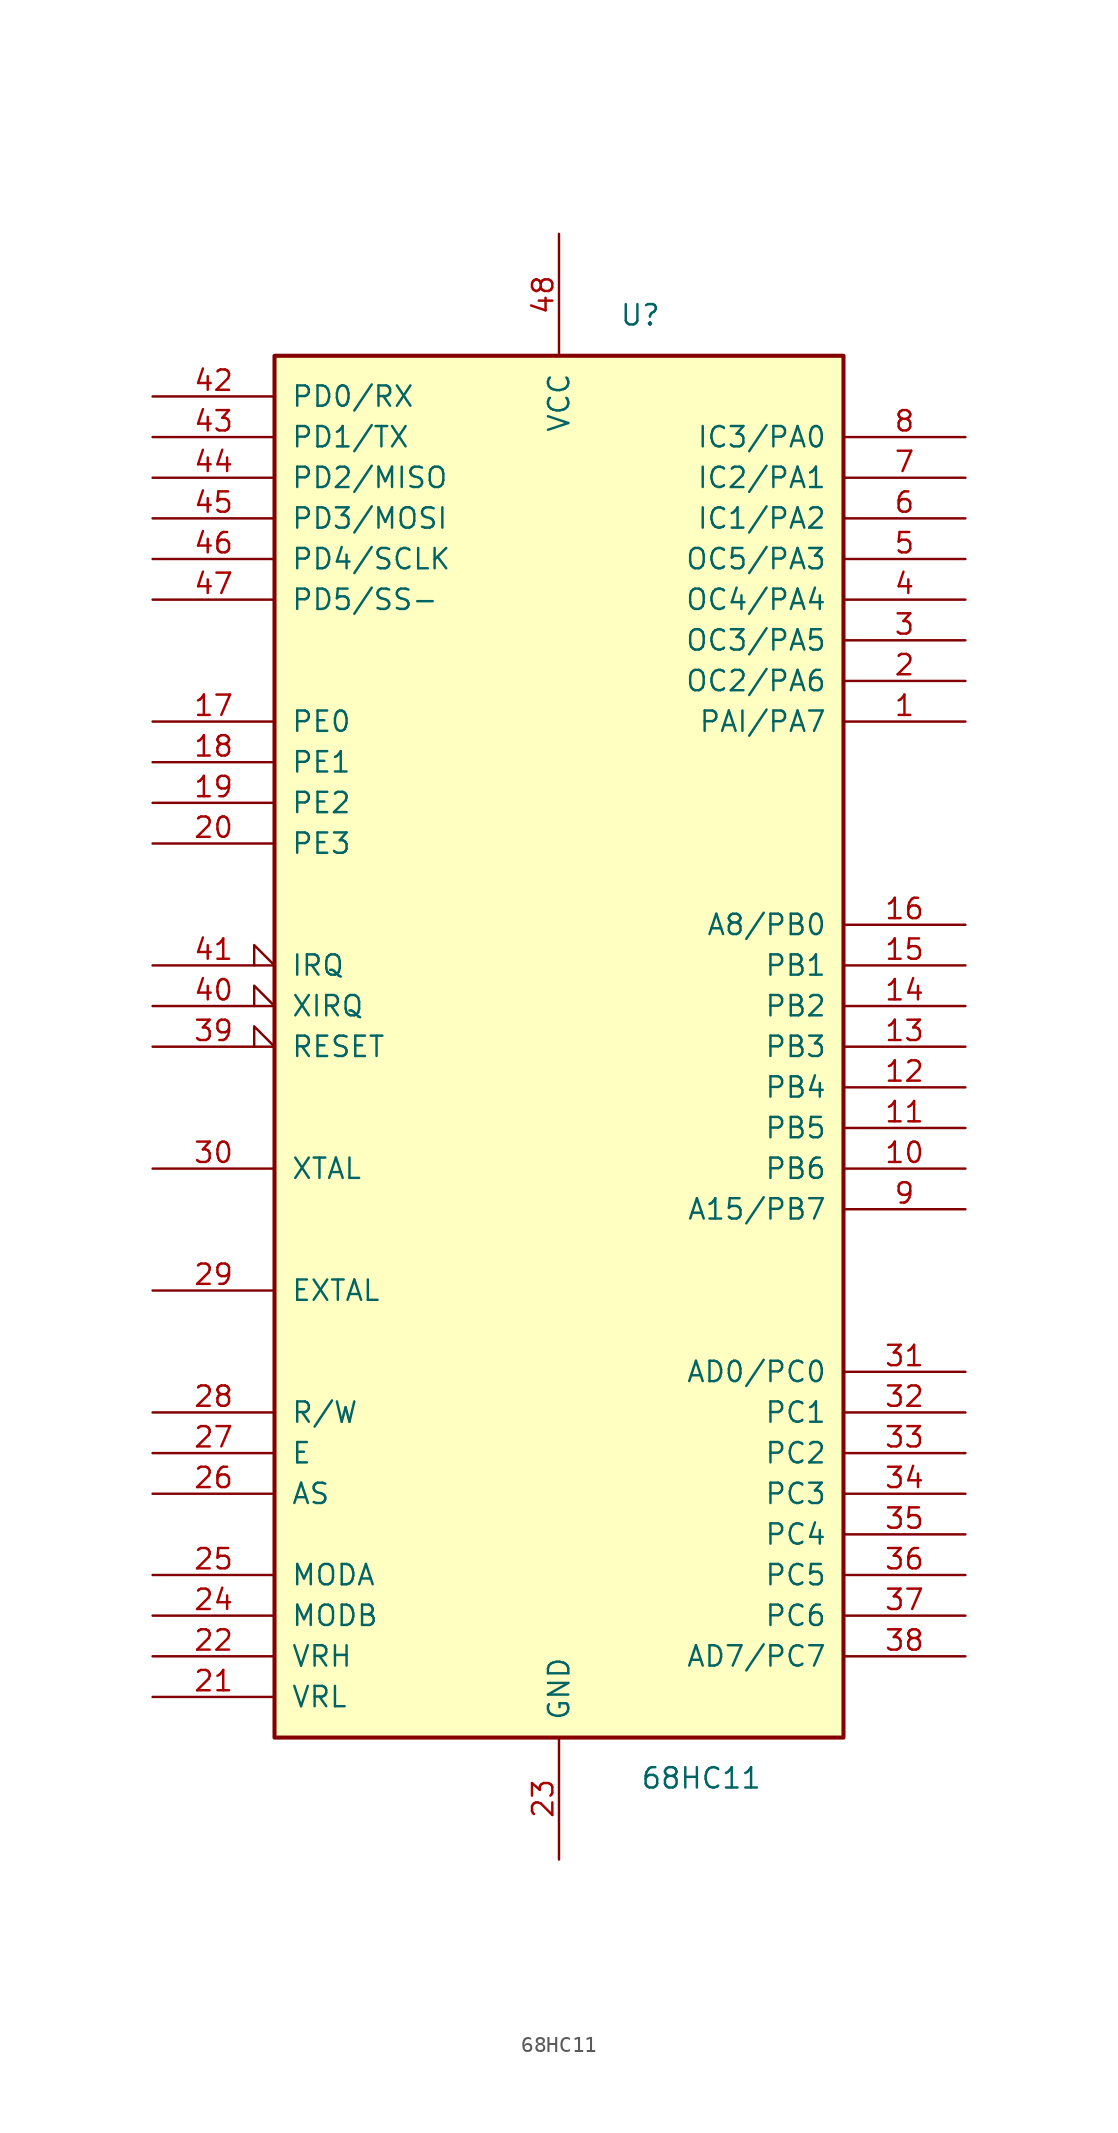
<source format=kicad_sym>
(kicad_symbol_lib
  (version 20211014)
  (generator kicad_symbol_editor)
  (symbol "68HC11"
    (pin_names
      (offset 1.016))
    (property "Reference" "U"
      (at 5.08 45.72 0)
      (effects (font (size 1.27 1.27))))
    (property "Value" "68HC11"
      (at 8.89 -45.72 0)
      (effects (font (size 1.27 1.27))))
    (symbol "68HC11_0_1"
      (rectangle (start -17.78 -43.18) (end 17.78 43.18) (stroke (width 0.254) (type default) (color 0 0 0 0)) (fill (type background))))
    (symbol "68HC11_1_1"
      (pin input line (at 25.4 20.32 180) (length 7.62) (name "PAI/PA7" (effects (font (size 1.27 1.27)))) (number "1" (effects (font (size 1.27 1.27)))))
      (pin output line (at 25.4 -7.62 180) (length 7.62) (name "PB6" (effects (font (size 1.27 1.27)))) (number "10" (effects (font (size 1.27 1.27)))))
      (pin output line (at 25.4 -5.08 180) (length 7.62) (name "PB5" (effects (font (size 1.27 1.27)))) (number "11" (effects (font (size 1.27 1.27)))))
      (pin output line (at 25.4 -2.54 180) (length 7.62) (name "PB4" (effects (font (size 1.27 1.27)))) (number "12" (effects (font (size 1.27 1.27)))))
      (pin output line (at 25.4 0 180) (length 7.62) (name "PB3" (effects (font (size 1.27 1.27)))) (number "13" (effects (font (size 1.27 1.27)))))
      (pin output line (at 25.4 2.54 180) (length 7.62) (name "PB2" (effects (font (size 1.27 1.27)))) (number "14" (effects (font (size 1.27 1.27)))))
      (pin output line (at 25.4 5.08 180) (length 7.62) (name "PB1" (effects (font (size 1.27 1.27)))) (number "15" (effects (font (size 1.27 1.27)))))
      (pin output line (at 25.4 7.62 180) (length 7.62) (name "A8/PB0" (effects (font (size 1.27 1.27)))) (number "16" (effects (font (size 1.27 1.27)))))
      (pin input line (at -25.4 20.32 0) (length 7.62) (name "PE0" (effects (font (size 1.27 1.27)))) (number "17" (effects (font (size 1.27 1.27)))))
      (pin input line (at -25.4 17.78 0) (length 7.62) (name "PE1" (effects (font (size 1.27 1.27)))) (number "18" (effects (font (size 1.27 1.27)))))
      (pin input line (at -25.4 15.24 0) (length 7.62) (name "PE2" (effects (font (size 1.27 1.27)))) (number "19" (effects (font (size 1.27 1.27)))))
      (pin output line (at 25.4 22.86 180) (length 7.62) (name "OC2/PA6" (effects (font (size 1.27 1.27)))) (number "2" (effects (font (size 1.27 1.27)))))
      (pin input line (at -25.4 12.7 0) (length 7.62) (name "PE3" (effects (font (size 1.27 1.27)))) (number "20" (effects (font (size 1.27 1.27)))))
      (pin passive line (at -25.4 -40.64 0) (length 7.62) (name "VRL" (effects (font (size 1.27 1.27)))) (number "21" (effects (font (size 1.27 1.27)))))
      (pin passive line (at -25.4 -38.1 0) (length 7.62) (name "VRH" (effects (font (size 1.27 1.27)))) (number "22" (effects (font (size 1.27 1.27)))))
      (pin power_in line (at 0 -50.8 90) (length 7.62) (name "GND" (effects (font (size 1.27 1.27)))) (number "23" (effects (font (size 1.27 1.27)))))
      (pin input line (at -25.4 -35.56 0) (length 7.62) (name "MODB" (effects (font (size 1.27 1.27)))) (number "24" (effects (font (size 1.27 1.27)))))
      (pin input line (at -25.4 -33.02 0) (length 7.62) (name "MODA" (effects (font (size 1.27 1.27)))) (number "25" (effects (font (size 1.27 1.27)))))
      (pin output line (at -25.4 -27.94 0) (length 7.62) (name "AS" (effects (font (size 1.27 1.27)))) (number "26" (effects (font (size 1.27 1.27)))))
      (pin output line (at -25.4 -25.4 0) (length 7.62) (name "E" (effects (font (size 1.27 1.27)))) (number "27" (effects (font (size 1.27 1.27)))))
      (pin output line (at -25.4 -22.86 0) (length 7.62) (name "R/W" (effects (font (size 1.27 1.27)))) (number "28" (effects (font (size 1.27 1.27)))))
      (pin input line (at -25.4 -15.24 0) (length 7.62) (name "EXTAL" (effects (font (size 1.27 1.27)))) (number "29" (effects (font (size 1.27 1.27)))))
      (pin output line (at 25.4 25.4 180) (length 7.62) (name "OC3/PA5" (effects (font (size 1.27 1.27)))) (number "3" (effects (font (size 1.27 1.27)))))
      (pin output line (at -25.4 -7.62 0) (length 7.62) (name "XTAL" (effects (font (size 1.27 1.27)))) (number "30" (effects (font (size 1.27 1.27)))))
      (pin tri_state line (at 25.4 -20.32 180) (length 7.62) (name "AD0/PC0" (effects (font (size 1.27 1.27)))) (number "31" (effects (font (size 1.27 1.27)))))
      (pin tri_state line (at 25.4 -22.86 180) (length 7.62) (name "PC1" (effects (font (size 1.27 1.27)))) (number "32" (effects (font (size 1.27 1.27)))))
      (pin tri_state line (at 25.4 -25.4 180) (length 7.62) (name "PC2" (effects (font (size 1.27 1.27)))) (number "33" (effects (font (size 1.27 1.27)))))
      (pin tri_state line (at 25.4 -27.94 180) (length 7.62) (name "PC3" (effects (font (size 1.27 1.27)))) (number "34" (effects (font (size 1.27 1.27)))))
      (pin tri_state line (at 25.4 -30.48 180) (length 7.62) (name "PC4" (effects (font (size 1.27 1.27)))) (number "35" (effects (font (size 1.27 1.27)))))
      (pin tri_state line (at 25.4 -33.02 180) (length 7.62) (name "PC5" (effects (font (size 1.27 1.27)))) (number "36" (effects (font (size 1.27 1.27)))))
      (pin tri_state line (at 25.4 -35.56 180) (length 7.62) (name "PC6" (effects (font (size 1.27 1.27)))) (number "37" (effects (font (size 1.27 1.27)))))
      (pin tri_state line (at 25.4 -38.1 180) (length 7.62) (name "AD7/PC7" (effects (font (size 1.27 1.27)))) (number "38" (effects (font (size 1.27 1.27)))))
      (pin input input_low (at -25.4 0 0) (length 7.62) (name "RESET" (effects (font (size 1.27 1.27)))) (number "39" (effects (font (size 1.27 1.27)))))
      (pin output line (at 25.4 27.94 180) (length 7.62) (name "OC4/PA4" (effects (font (size 1.27 1.27)))) (number "4" (effects (font (size 1.27 1.27)))))
      (pin input input_low (at -25.4 2.54 0) (length 7.62) (name "XIRQ" (effects (font (size 1.27 1.27)))) (number "40" (effects (font (size 1.27 1.27)))))
      (pin input input_low (at -25.4 5.08 0) (length 7.62) (name "IRQ" (effects (font (size 1.27 1.27)))) (number "41" (effects (font (size 1.27 1.27)))))
      (pin input line (at -25.4 40.64 0) (length 7.62) (name "PD0/RX" (effects (font (size 1.27 1.27)))) (number "42" (effects (font (size 1.27 1.27)))))
      (pin input line (at -25.4 38.1 0) (length 7.62) (name "PD1/TX" (effects (font (size 1.27 1.27)))) (number "43" (effects (font (size 1.27 1.27)))))
      (pin input line (at -25.4 35.56 0) (length 7.62) (name "PD2/MISO" (effects (font (size 1.27 1.27)))) (number "44" (effects (font (size 1.27 1.27)))))
      (pin input line (at -25.4 33.02 0) (length 7.62) (name "PD3/MOSI" (effects (font (size 1.27 1.27)))) (number "45" (effects (font (size 1.27 1.27)))))
      (pin input line (at -25.4 30.48 0) (length 7.62) (name "PD4/SCLK" (effects (font (size 1.27 1.27)))) (number "46" (effects (font (size 1.27 1.27)))))
      (pin input line (at -25.4 27.94 0) (length 7.62) (name "PD5/SS-" (effects (font (size 1.27 1.27)))) (number "47" (effects (font (size 1.27 1.27)))))
      (pin power_in line (at 0 50.8 270) (length 7.62) (name "VCC" (effects (font (size 1.27 1.27)))) (number "48" (effects (font (size 1.27 1.27)))))
      (pin output line (at 25.4 30.48 180) (length 7.62) (name "OC5/PA3" (effects (font (size 1.27 1.27)))) (number "5" (effects (font (size 1.27 1.27)))))
      (pin input line (at 25.4 33.02 180) (length 7.62) (name "IC1/PA2" (effects (font (size 1.27 1.27)))) (number "6" (effects (font (size 1.27 1.27)))))
      (pin input line (at 25.4 35.56 180) (length 7.62) (name "IC2/PA1" (effects (font (size 1.27 1.27)))) (number "7" (effects (font (size 1.27 1.27)))))
      (pin input line (at 25.4 38.1 180) (length 7.62) (name "IC3/PA0" (effects (font (size 1.27 1.27)))) (number "8" (effects (font (size 1.27 1.27)))))
      (pin output line (at 25.4 -10.16 180) (length 7.62) (name "A15/PB7" (effects (font (size 1.27 1.27)))) (number "9" (effects (font (size 1.27 1.27))))))))
</source>
